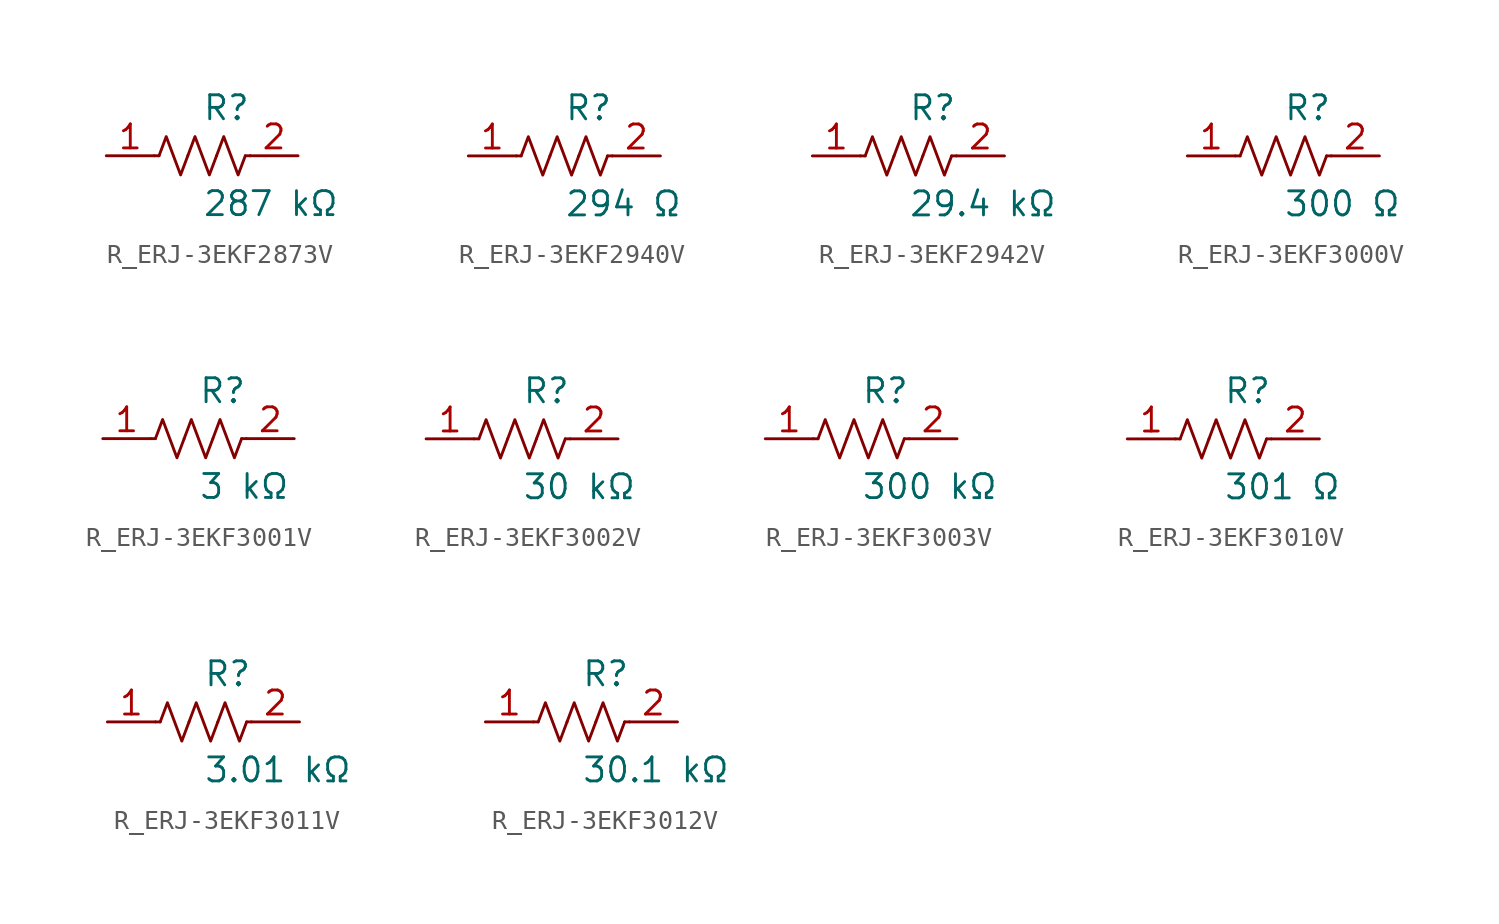
<source format=kicad_sym>
(kicad_symbol_lib
  (version 20231120)
  (generator kicad_symbol_editor)
  (generator_version 8.0)
  (symbol "R_ERJ-3EKF2873V"
    (pin_names
      (offset 0.254))
    (property "Reference" "R"
      (at 0.0 2.54 0)
      (effects (font (size 1.27 1.27)) (justify left)))
    (property "Value" "287 kΩ"
      (at 0.0 -2.54 0)
      (effects (font (size 1.27 1.27)) (justify left)))
    (symbol "R_ERJ-3EKF2873V_0_1"
      (polyline (pts (xy 2.286 0) (xy 2.54 0)) (stroke (width 0) (type default)) (fill (type none)))
      (polyline (pts (xy -2.286 0) (xy -2.54 0)) (stroke (width 0) (type default)) (fill (type none)))
      (polyline (pts (xy 0.762 0) (xy 1.143 1.016) (xy 1.524 0) (xy 1.905 -1.016) (xy 2.286 0)) (stroke (width 0) (type default)) (fill (type none)))
      (polyline (pts (xy -0.762 0) (xy -0.381 1.016) (xy 0 0) (xy 0.381 -1.016) (xy 0.762 0)) (stroke (width 0) (type default)) (fill (type none)))
      (polyline (pts (xy -2.286 0) (xy -1.905 1.016) (xy -1.524 0) (xy -1.143 -1.016) (xy -0.762 0)) (stroke (width 0) (type default)) (fill (type none))))
    (pin unspecified line
      (at -5.08 0 0)
      (length 2.54)
      (name "" (effects (font (size 1.27 1.27))))
      (number "1" (effects (font (size 1.27 1.27)))))
    (pin unspecified line
      (at 5.08 0 180)
      (length 2.54)
      (name "" (effects (font (size 1.27 1.27))))
      (number "2" (effects (font (size 1.27 1.27))))))
  (symbol "R_ERJ-3EKF2940V"
    (pin_names
      (offset 0.254))
    (property "Reference" "R"
      (at 0.0 2.54 0)
      (effects (font (size 1.27 1.27)) (justify left)))
    (property "Value" "294 Ω"
      (at 0.0 -2.54 0)
      (effects (font (size 1.27 1.27)) (justify left)))
    (symbol "R_ERJ-3EKF2940V_0_1"
      (polyline (pts (xy 2.286 0) (xy 2.54 0)) (stroke (width 0) (type default)) (fill (type none)))
      (polyline (pts (xy -2.286 0) (xy -2.54 0)) (stroke (width 0) (type default)) (fill (type none)))
      (polyline (pts (xy 0.762 0) (xy 1.143 1.016) (xy 1.524 0) (xy 1.905 -1.016) (xy 2.286 0)) (stroke (width 0) (type default)) (fill (type none)))
      (polyline (pts (xy -0.762 0) (xy -0.381 1.016) (xy 0 0) (xy 0.381 -1.016) (xy 0.762 0)) (stroke (width 0) (type default)) (fill (type none)))
      (polyline (pts (xy -2.286 0) (xy -1.905 1.016) (xy -1.524 0) (xy -1.143 -1.016) (xy -0.762 0)) (stroke (width 0) (type default)) (fill (type none))))
    (pin unspecified line
      (at -5.08 0 0)
      (length 2.54)
      (name "" (effects (font (size 1.27 1.27))))
      (number "1" (effects (font (size 1.27 1.27)))))
    (pin unspecified line
      (at 5.08 0 180)
      (length 2.54)
      (name "" (effects (font (size 1.27 1.27))))
      (number "2" (effects (font (size 1.27 1.27))))))
  (symbol "R_ERJ-3EKF2942V"
    (pin_names
      (offset 0.254))
    (property "Reference" "R"
      (at 0.0 2.54 0)
      (effects (font (size 1.27 1.27)) (justify left)))
    (property "Value" "29.4 kΩ"
      (at 0.0 -2.54 0)
      (effects (font (size 1.27 1.27)) (justify left)))
    (symbol "R_ERJ-3EKF2942V_0_1"
      (polyline (pts (xy 2.286 0) (xy 2.54 0)) (stroke (width 0) (type default)) (fill (type none)))
      (polyline (pts (xy -2.286 0) (xy -2.54 0)) (stroke (width 0) (type default)) (fill (type none)))
      (polyline (pts (xy 0.762 0) (xy 1.143 1.016) (xy 1.524 0) (xy 1.905 -1.016) (xy 2.286 0)) (stroke (width 0) (type default)) (fill (type none)))
      (polyline (pts (xy -0.762 0) (xy -0.381 1.016) (xy 0 0) (xy 0.381 -1.016) (xy 0.762 0)) (stroke (width 0) (type default)) (fill (type none)))
      (polyline (pts (xy -2.286 0) (xy -1.905 1.016) (xy -1.524 0) (xy -1.143 -1.016) (xy -0.762 0)) (stroke (width 0) (type default)) (fill (type none))))
    (pin unspecified line
      (at -5.08 0 0)
      (length 2.54)
      (name "" (effects (font (size 1.27 1.27))))
      (number "1" (effects (font (size 1.27 1.27)))))
    (pin unspecified line
      (at 5.08 0 180)
      (length 2.54)
      (name "" (effects (font (size 1.27 1.27))))
      (number "2" (effects (font (size 1.27 1.27))))))
  (symbol "R_ERJ-3EKF3000V"
    (pin_names
      (offset 0.254))
    (property "Reference" "R"
      (at 0.0 2.54 0)
      (effects (font (size 1.27 1.27)) (justify left)))
    (property "Value" "300 Ω"
      (at 0.0 -2.54 0)
      (effects (font (size 1.27 1.27)) (justify left)))
    (symbol "R_ERJ-3EKF3000V_0_1"
      (polyline (pts (xy 2.286 0) (xy 2.54 0)) (stroke (width 0) (type default)) (fill (type none)))
      (polyline (pts (xy -2.286 0) (xy -2.54 0)) (stroke (width 0) (type default)) (fill (type none)))
      (polyline (pts (xy 0.762 0) (xy 1.143 1.016) (xy 1.524 0) (xy 1.905 -1.016) (xy 2.286 0)) (stroke (width 0) (type default)) (fill (type none)))
      (polyline (pts (xy -0.762 0) (xy -0.381 1.016) (xy 0 0) (xy 0.381 -1.016) (xy 0.762 0)) (stroke (width 0) (type default)) (fill (type none)))
      (polyline (pts (xy -2.286 0) (xy -1.905 1.016) (xy -1.524 0) (xy -1.143 -1.016) (xy -0.762 0)) (stroke (width 0) (type default)) (fill (type none))))
    (pin unspecified line
      (at -5.08 0 0)
      (length 2.54)
      (name "" (effects (font (size 1.27 1.27))))
      (number "1" (effects (font (size 1.27 1.27)))))
    (pin unspecified line
      (at 5.08 0 180)
      (length 2.54)
      (name "" (effects (font (size 1.27 1.27))))
      (number "2" (effects (font (size 1.27 1.27))))))
  (symbol "R_ERJ-3EKF3001V"
    (pin_names
      (offset 0.254))
    (property "Reference" "R"
      (at 0.0 2.54 0)
      (effects (font (size 1.27 1.27)) (justify left)))
    (property "Value" "3 kΩ"
      (at 0.0 -2.54 0)
      (effects (font (size 1.27 1.27)) (justify left)))
    (symbol "R_ERJ-3EKF3001V_0_1"
      (polyline (pts (xy 2.286 0) (xy 2.54 0)) (stroke (width 0) (type default)) (fill (type none)))
      (polyline (pts (xy -2.286 0) (xy -2.54 0)) (stroke (width 0) (type default)) (fill (type none)))
      (polyline (pts (xy 0.762 0) (xy 1.143 1.016) (xy 1.524 0) (xy 1.905 -1.016) (xy 2.286 0)) (stroke (width 0) (type default)) (fill (type none)))
      (polyline (pts (xy -0.762 0) (xy -0.381 1.016) (xy 0 0) (xy 0.381 -1.016) (xy 0.762 0)) (stroke (width 0) (type default)) (fill (type none)))
      (polyline (pts (xy -2.286 0) (xy -1.905 1.016) (xy -1.524 0) (xy -1.143 -1.016) (xy -0.762 0)) (stroke (width 0) (type default)) (fill (type none))))
    (pin unspecified line
      (at -5.08 0 0)
      (length 2.54)
      (name "" (effects (font (size 1.27 1.27))))
      (number "1" (effects (font (size 1.27 1.27)))))
    (pin unspecified line
      (at 5.08 0 180)
      (length 2.54)
      (name "" (effects (font (size 1.27 1.27))))
      (number "2" (effects (font (size 1.27 1.27))))))
  (symbol "R_ERJ-3EKF3002V"
    (pin_names
      (offset 0.254))
    (property "Reference" "R"
      (at 0.0 2.54 0)
      (effects (font (size 1.27 1.27)) (justify left)))
    (property "Value" "30 kΩ"
      (at 0.0 -2.54 0)
      (effects (font (size 1.27 1.27)) (justify left)))
    (symbol "R_ERJ-3EKF3002V_0_1"
      (polyline (pts (xy 2.286 0) (xy 2.54 0)) (stroke (width 0) (type default)) (fill (type none)))
      (polyline (pts (xy -2.286 0) (xy -2.54 0)) (stroke (width 0) (type default)) (fill (type none)))
      (polyline (pts (xy 0.762 0) (xy 1.143 1.016) (xy 1.524 0) (xy 1.905 -1.016) (xy 2.286 0)) (stroke (width 0) (type default)) (fill (type none)))
      (polyline (pts (xy -0.762 0) (xy -0.381 1.016) (xy 0 0) (xy 0.381 -1.016) (xy 0.762 0)) (stroke (width 0) (type default)) (fill (type none)))
      (polyline (pts (xy -2.286 0) (xy -1.905 1.016) (xy -1.524 0) (xy -1.143 -1.016) (xy -0.762 0)) (stroke (width 0) (type default)) (fill (type none))))
    (pin unspecified line
      (at -5.08 0 0)
      (length 2.54)
      (name "" (effects (font (size 1.27 1.27))))
      (number "1" (effects (font (size 1.27 1.27)))))
    (pin unspecified line
      (at 5.08 0 180)
      (length 2.54)
      (name "" (effects (font (size 1.27 1.27))))
      (number "2" (effects (font (size 1.27 1.27))))))
  (symbol "R_ERJ-3EKF3003V"
    (pin_names
      (offset 0.254))
    (property "Reference" "R"
      (at 0.0 2.54 0)
      (effects (font (size 1.27 1.27)) (justify left)))
    (property "Value" "300 kΩ"
      (at 0.0 -2.54 0)
      (effects (font (size 1.27 1.27)) (justify left)))
    (symbol "R_ERJ-3EKF3003V_0_1"
      (polyline (pts (xy 2.286 0) (xy 2.54 0)) (stroke (width 0) (type default)) (fill (type none)))
      (polyline (pts (xy -2.286 0) (xy -2.54 0)) (stroke (width 0) (type default)) (fill (type none)))
      (polyline (pts (xy 0.762 0) (xy 1.143 1.016) (xy 1.524 0) (xy 1.905 -1.016) (xy 2.286 0)) (stroke (width 0) (type default)) (fill (type none)))
      (polyline (pts (xy -0.762 0) (xy -0.381 1.016) (xy 0 0) (xy 0.381 -1.016) (xy 0.762 0)) (stroke (width 0) (type default)) (fill (type none)))
      (polyline (pts (xy -2.286 0) (xy -1.905 1.016) (xy -1.524 0) (xy -1.143 -1.016) (xy -0.762 0)) (stroke (width 0) (type default)) (fill (type none))))
    (pin unspecified line
      (at -5.08 0 0)
      (length 2.54)
      (name "" (effects (font (size 1.27 1.27))))
      (number "1" (effects (font (size 1.27 1.27)))))
    (pin unspecified line
      (at 5.08 0 180)
      (length 2.54)
      (name "" (effects (font (size 1.27 1.27))))
      (number "2" (effects (font (size 1.27 1.27))))))
  (symbol "R_ERJ-3EKF3010V"
    (pin_names
      (offset 0.254))
    (property "Reference" "R"
      (at 0.0 2.54 0)
      (effects (font (size 1.27 1.27)) (justify left)))
    (property "Value" "301 Ω"
      (at 0.0 -2.54 0)
      (effects (font (size 1.27 1.27)) (justify left)))
    (symbol "R_ERJ-3EKF3010V_0_1"
      (polyline (pts (xy 2.286 0) (xy 2.54 0)) (stroke (width 0) (type default)) (fill (type none)))
      (polyline (pts (xy -2.286 0) (xy -2.54 0)) (stroke (width 0) (type default)) (fill (type none)))
      (polyline (pts (xy 0.762 0) (xy 1.143 1.016) (xy 1.524 0) (xy 1.905 -1.016) (xy 2.286 0)) (stroke (width 0) (type default)) (fill (type none)))
      (polyline (pts (xy -0.762 0) (xy -0.381 1.016) (xy 0 0) (xy 0.381 -1.016) (xy 0.762 0)) (stroke (width 0) (type default)) (fill (type none)))
      (polyline (pts (xy -2.286 0) (xy -1.905 1.016) (xy -1.524 0) (xy -1.143 -1.016) (xy -0.762 0)) (stroke (width 0) (type default)) (fill (type none))))
    (pin unspecified line
      (at -5.08 0 0)
      (length 2.54)
      (name "" (effects (font (size 1.27 1.27))))
      (number "1" (effects (font (size 1.27 1.27)))))
    (pin unspecified line
      (at 5.08 0 180)
      (length 2.54)
      (name "" (effects (font (size 1.27 1.27))))
      (number "2" (effects (font (size 1.27 1.27))))))
  (symbol "R_ERJ-3EKF3011V"
    (pin_names
      (offset 0.254))
    (property "Reference" "R"
      (at 0.0 2.54 0)
      (effects (font (size 1.27 1.27)) (justify left)))
    (property "Value" "3.01 kΩ"
      (at 0.0 -2.54 0)
      (effects (font (size 1.27 1.27)) (justify left)))
    (symbol "R_ERJ-3EKF3011V_0_1"
      (polyline (pts (xy 2.286 0) (xy 2.54 0)) (stroke (width 0) (type default)) (fill (type none)))
      (polyline (pts (xy -2.286 0) (xy -2.54 0)) (stroke (width 0) (type default)) (fill (type none)))
      (polyline (pts (xy 0.762 0) (xy 1.143 1.016) (xy 1.524 0) (xy 1.905 -1.016) (xy 2.286 0)) (stroke (width 0) (type default)) (fill (type none)))
      (polyline (pts (xy -0.762 0) (xy -0.381 1.016) (xy 0 0) (xy 0.381 -1.016) (xy 0.762 0)) (stroke (width 0) (type default)) (fill (type none)))
      (polyline (pts (xy -2.286 0) (xy -1.905 1.016) (xy -1.524 0) (xy -1.143 -1.016) (xy -0.762 0)) (stroke (width 0) (type default)) (fill (type none))))
    (pin unspecified line
      (at -5.08 0 0)
      (length 2.54)
      (name "" (effects (font (size 1.27 1.27))))
      (number "1" (effects (font (size 1.27 1.27)))))
    (pin unspecified line
      (at 5.08 0 180)
      (length 2.54)
      (name "" (effects (font (size 1.27 1.27))))
      (number "2" (effects (font (size 1.27 1.27))))))
  (symbol "R_ERJ-3EKF3012V"
    (pin_names
      (offset 0.254))
    (property "Reference" "R"
      (at 0.0 2.54 0)
      (effects (font (size 1.27 1.27)) (justify left)))
    (property "Value" "30.1 kΩ"
      (at 0.0 -2.54 0)
      (effects (font (size 1.27 1.27)) (justify left)))
    (symbol "R_ERJ-3EKF3012V_0_1"
      (polyline (pts (xy 2.286 0) (xy 2.54 0)) (stroke (width 0) (type default)) (fill (type none)))
      (polyline (pts (xy -2.286 0) (xy -2.54 0)) (stroke (width 0) (type default)) (fill (type none)))
      (polyline (pts (xy 0.762 0) (xy 1.143 1.016) (xy 1.524 0) (xy 1.905 -1.016) (xy 2.286 0)) (stroke (width 0) (type default)) (fill (type none)))
      (polyline (pts (xy -0.762 0) (xy -0.381 1.016) (xy 0 0) (xy 0.381 -1.016) (xy 0.762 0)) (stroke (width 0) (type default)) (fill (type none)))
      (polyline (pts (xy -2.286 0) (xy -1.905 1.016) (xy -1.524 0) (xy -1.143 -1.016) (xy -0.762 0)) (stroke (width 0) (type default)) (fill (type none))))
    (pin unspecified line
      (at -5.08 0 0)
      (length 2.54)
      (name "" (effects (font (size 1.27 1.27))))
      (number "1" (effects (font (size 1.27 1.27)))))
    (pin unspecified line
      (at 5.08 0 180)
      (length 2.54)
      (name "" (effects (font (size 1.27 1.27))))
      (number "2" (effects (font (size 1.27 1.27)))))))
</source>
